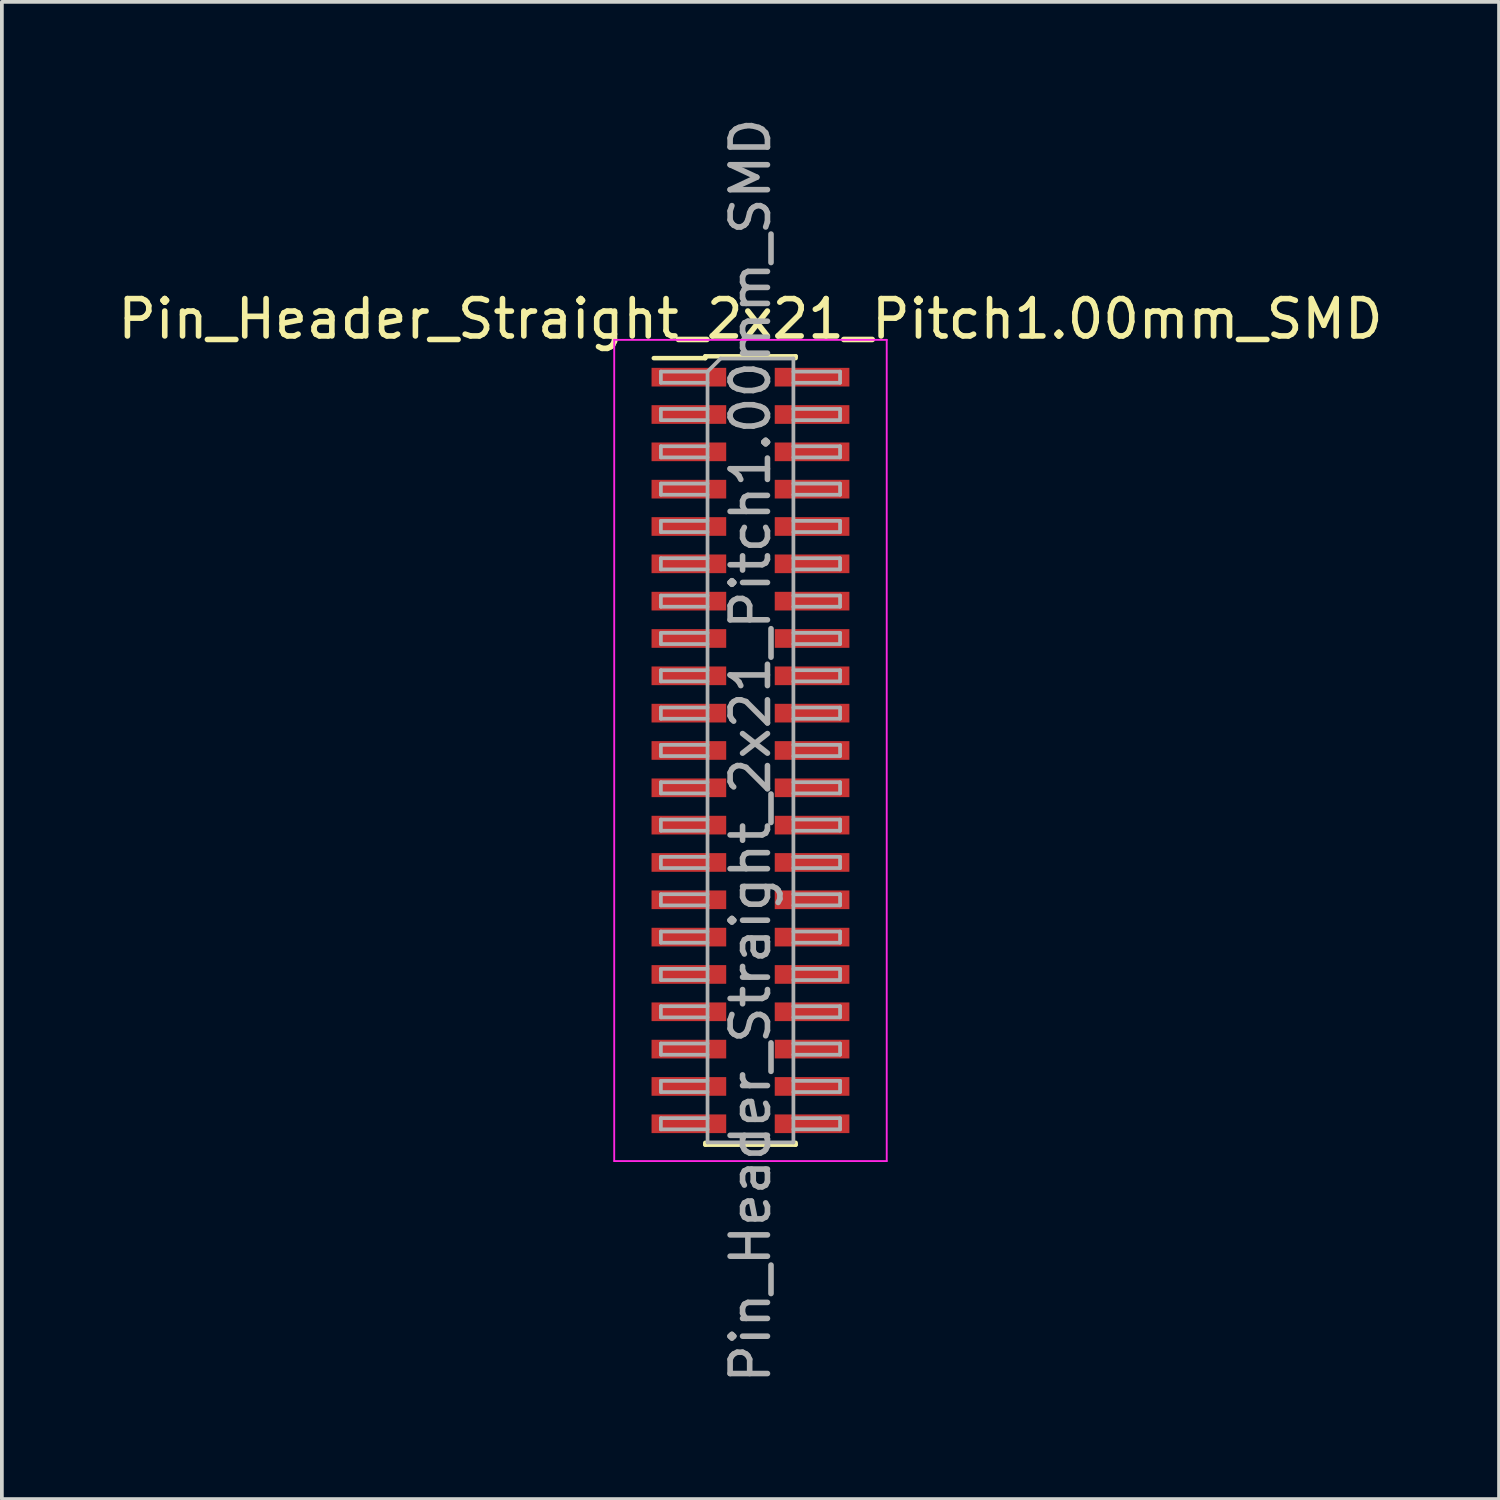
<source format=kicad_pcb>
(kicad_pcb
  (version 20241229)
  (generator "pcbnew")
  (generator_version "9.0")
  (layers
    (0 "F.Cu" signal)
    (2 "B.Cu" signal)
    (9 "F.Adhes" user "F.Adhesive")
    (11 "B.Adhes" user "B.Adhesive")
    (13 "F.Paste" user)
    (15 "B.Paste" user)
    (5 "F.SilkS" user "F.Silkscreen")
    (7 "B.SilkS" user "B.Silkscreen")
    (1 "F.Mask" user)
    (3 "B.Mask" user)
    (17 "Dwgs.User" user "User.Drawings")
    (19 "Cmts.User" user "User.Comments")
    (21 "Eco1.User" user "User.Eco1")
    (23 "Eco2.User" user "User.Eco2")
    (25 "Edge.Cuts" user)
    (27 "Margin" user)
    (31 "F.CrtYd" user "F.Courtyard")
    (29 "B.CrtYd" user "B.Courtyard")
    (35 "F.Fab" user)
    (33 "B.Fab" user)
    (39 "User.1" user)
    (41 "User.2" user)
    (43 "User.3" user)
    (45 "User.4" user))
  (footprint "Pin_Header_Straight_2x21_Pitch1.00mm_SMD"
    (layer "F.Cu")
    (at 17.054 17.054)
    (property "Reference" "Pin_Header_Straight_2x21_Pitch1.00mm_SMD" (at 0 -11.56 0) (layer "F.SilkS") (effects (font (size 1 1) (thickness 0.15))))
    (attr smd)
    (fp_line (start -2.59 -10.51) (end -1.21 -10.51) (stroke (width 0.12) (type solid)) (layer "F.SilkS"))
    (fp_line (start -1.21 -10.56) (end -1.21 -10.51) (stroke (width 0.12) (type solid)) (layer "F.SilkS"))
    (fp_line (start -1.21 -10.56) (end 1.21 -10.56) (stroke (width 0.12) (type solid)) (layer "F.SilkS"))
    (fp_line (start -1.21 10.51) (end -1.21 10.56) (stroke (width 0.12) (type solid)) (layer "F.SilkS"))
    (fp_line (start -1.21 10.56) (end 1.21 10.56) (stroke (width 0.12) (type solid)) (layer "F.SilkS"))
    (fp_line (start 1.21 -10.56) (end 1.21 -10.51) (stroke (width 0.12) (type solid)) (layer "F.SilkS"))
    (fp_line (start 1.21 10.51) (end 1.21 10.56) (stroke (width 0.12) (type solid)) (layer "F.SilkS"))
    (fp_line (start -3.65 -11) (end -3.65 11) (stroke (width 0.05) (type solid)) (layer "F.CrtYd"))
    (fp_line (start -3.65 11) (end 3.65 11) (stroke (width 0.05) (type solid)) (layer "F.CrtYd"))
    (fp_line (start 3.65 -11) (end -3.65 -11) (stroke (width 0.05) (type solid)) (layer "F.CrtYd"))
    (fp_line (start 3.65 11) (end 3.65 -11) (stroke (width 0.05) (type solid)) (layer "F.CrtYd"))
    (fp_line (start -2.4 -10.15) (end -2.4 -9.85) (stroke (width 0.1) (type solid)) (layer "F.Fab"))
    (fp_line (start -2.4 -9.85) (end -1.15 -9.85) (stroke (width 0.1) (type solid)) (layer "F.Fab"))
    (fp_line (start -2.4 -9.15) (end -2.4 -8.85) (stroke (width 0.1) (type solid)) (layer "F.Fab"))
    (fp_line (start -2.4 -8.85) (end -1.15 -8.85) (stroke (width 0.1) (type solid)) (layer "F.Fab"))
    (fp_line (start -2.4 -8.15) (end -2.4 -7.85) (stroke (width 0.1) (type solid)) (layer "F.Fab"))
    (fp_line (start -2.4 -7.85) (end -1.15 -7.85) (stroke (width 0.1) (type solid)) (layer "F.Fab"))
    (fp_line (start -2.4 -7.15) (end -2.4 -6.85) (stroke (width 0.1) (type solid)) (layer "F.Fab"))
    (fp_line (start -2.4 -6.85) (end -1.15 -6.85) (stroke (width 0.1) (type solid)) (layer "F.Fab"))
    (fp_line (start -2.4 -6.15) (end -2.4 -5.85) (stroke (width 0.1) (type solid)) (layer "F.Fab"))
    (fp_line (start -2.4 -5.85) (end -1.15 -5.85) (stroke (width 0.1) (type solid)) (layer "F.Fab"))
    (fp_line (start -2.4 -5.15) (end -2.4 -4.85) (stroke (width 0.1) (type solid)) (layer "F.Fab"))
    (fp_line (start -2.4 -4.85) (end -1.15 -4.85) (stroke (width 0.1) (type solid)) (layer "F.Fab"))
    (fp_line (start -2.4 -4.15) (end -2.4 -3.85) (stroke (width 0.1) (type solid)) (layer "F.Fab"))
    (fp_line (start -2.4 -3.85) (end -1.15 -3.85) (stroke (width 0.1) (type solid)) (layer "F.Fab"))
    (fp_line (start -2.4 -3.15) (end -2.4 -2.85) (stroke (width 0.1) (type solid)) (layer "F.Fab"))
    (fp_line (start -2.4 -2.85) (end -1.15 -2.85) (stroke (width 0.1) (type solid)) (layer "F.Fab"))
    (fp_line (start -2.4 -2.15) (end -2.4 -1.85) (stroke (width 0.1) (type solid)) (layer "F.Fab"))
    (fp_line (start -2.4 -1.85) (end -1.15 -1.85) (stroke (width 0.1) (type solid)) (layer "F.Fab"))
    (fp_line (start -2.4 -1.15) (end -2.4 -0.85) (stroke (width 0.1) (type solid)) (layer "F.Fab"))
    (fp_line (start -2.4 -0.85) (end -1.15 -0.85) (stroke (width 0.1) (type solid)) (layer "F.Fab"))
    (fp_line (start -2.4 -0.15) (end -2.4 0.15) (stroke (width 0.1) (type solid)) (layer "F.Fab"))
    (fp_line (start -2.4 0.15) (end -1.15 0.15) (stroke (width 0.1) (type solid)) (layer "F.Fab"))
    (fp_line (start -2.4 0.85) (end -2.4 1.15) (stroke (width 0.1) (type solid)) (layer "F.Fab"))
    (fp_line (start -2.4 1.15) (end -1.15 1.15) (stroke (width 0.1) (type solid)) (layer "F.Fab"))
    (fp_line (start -2.4 1.85) (end -2.4 2.15) (stroke (width 0.1) (type solid)) (layer "F.Fab"))
    (fp_line (start -2.4 2.15) (end -1.15 2.15) (stroke (width 0.1) (type solid)) (layer "F.Fab"))
    (fp_line (start -2.4 2.85) (end -2.4 3.15) (stroke (width 0.1) (type solid)) (layer "F.Fab"))
    (fp_line (start -2.4 3.15) (end -1.15 3.15) (stroke (width 0.1) (type solid)) (layer "F.Fab"))
    (fp_line (start -2.4 3.85) (end -2.4 4.15) (stroke (width 0.1) (type solid)) (layer "F.Fab"))
    (fp_line (start -2.4 4.15) (end -1.15 4.15) (stroke (width 0.1) (type solid)) (layer "F.Fab"))
    (fp_line (start -2.4 4.85) (end -2.4 5.15) (stroke (width 0.1) (type solid)) (layer "F.Fab"))
    (fp_line (start -2.4 5.15) (end -1.15 5.15) (stroke (width 0.1) (type solid)) (layer "F.Fab"))
    (fp_line (start -2.4 5.85) (end -2.4 6.15) (stroke (width 0.1) (type solid)) (layer "F.Fab"))
    (fp_line (start -2.4 6.15) (end -1.15 6.15) (stroke (width 0.1) (type solid)) (layer "F.Fab"))
    (fp_line (start -2.4 6.85) (end -2.4 7.15) (stroke (width 0.1) (type solid)) (layer "F.Fab"))
    (fp_line (start -2.4 7.15) (end -1.15 7.15) (stroke (width 0.1) (type solid)) (layer "F.Fab"))
    (fp_line (start -2.4 7.85) (end -2.4 8.15) (stroke (width 0.1) (type solid)) (layer "F.Fab"))
    (fp_line (start -2.4 8.15) (end -1.15 8.15) (stroke (width 0.1) (type solid)) (layer "F.Fab"))
    (fp_line (start -2.4 8.85) (end -2.4 9.15) (stroke (width 0.1) (type solid)) (layer "F.Fab"))
    (fp_line (start -2.4 9.15) (end -1.15 9.15) (stroke (width 0.1) (type solid)) (layer "F.Fab"))
    (fp_line (start -2.4 9.85) (end -2.4 10.15) (stroke (width 0.1) (type solid)) (layer "F.Fab"))
    (fp_line (start -2.4 10.15) (end -1.15 10.15) (stroke (width 0.1) (type solid)) (layer "F.Fab"))
    (fp_line (start -1.15 -10.15) (end -2.4 -10.15) (stroke (width 0.1) (type solid)) (layer "F.Fab"))
    (fp_line (start -1.15 -10.15) (end -0.8 -10.5) (stroke (width 0.1) (type solid)) (layer "F.Fab"))
    (fp_line (start -1.15 -9.15) (end -2.4 -9.15) (stroke (width 0.1) (type solid)) (layer "F.Fab"))
    (fp_line (start -1.15 -8.15) (end -2.4 -8.15) (stroke (width 0.1) (type solid)) (layer "F.Fab"))
    (fp_line (start -1.15 -7.15) (end -2.4 -7.15) (stroke (width 0.1) (type solid)) (layer "F.Fab"))
    (fp_line (start -1.15 -6.15) (end -2.4 -6.15) (stroke (width 0.1) (type solid)) (layer "F.Fab"))
    (fp_line (start -1.15 -5.15) (end -2.4 -5.15) (stroke (width 0.1) (type solid)) (layer "F.Fab"))
    (fp_line (start -1.15 -4.15) (end -2.4 -4.15) (stroke (width 0.1) (type solid)) (layer "F.Fab"))
    (fp_line (start -1.15 -3.15) (end -2.4 -3.15) (stroke (width 0.1) (type solid)) (layer "F.Fab"))
    (fp_line (start -1.15 -2.15) (end -2.4 -2.15) (stroke (width 0.1) (type solid)) (layer "F.Fab"))
    (fp_line (start -1.15 -1.15) (end -2.4 -1.15) (stroke (width 0.1) (type solid)) (layer "F.Fab"))
    (fp_line (start -1.15 -0.15) (end -2.4 -0.15) (stroke (width 0.1) (type solid)) (layer "F.Fab"))
    (fp_line (start -1.15 0.85) (end -2.4 0.85) (stroke (width 0.1) (type solid)) (layer "F.Fab"))
    (fp_line (start -1.15 1.85) (end -2.4 1.85) (stroke (width 0.1) (type solid)) (layer "F.Fab"))
    (fp_line (start -1.15 2.85) (end -2.4 2.85) (stroke (width 0.1) (type solid)) (layer "F.Fab"))
    (fp_line (start -1.15 3.85) (end -2.4 3.85) (stroke (width 0.1) (type solid)) (layer "F.Fab"))
    (fp_line (start -1.15 4.85) (end -2.4 4.85) (stroke (width 0.1) (type solid)) (layer "F.Fab"))
    (fp_line (start -1.15 5.85) (end -2.4 5.85) (stroke (width 0.1) (type solid)) (layer "F.Fab"))
    (fp_line (start -1.15 6.85) (end -2.4 6.85) (stroke (width 0.1) (type solid)) (layer "F.Fab"))
    (fp_line (start -1.15 7.85) (end -2.4 7.85) (stroke (width 0.1) (type solid)) (layer "F.Fab"))
    (fp_line (start -1.15 8.85) (end -2.4 8.85) (stroke (width 0.1) (type solid)) (layer "F.Fab"))
    (fp_line (start -1.15 9.85) (end -2.4 9.85) (stroke (width 0.1) (type solid)) (layer "F.Fab"))
    (fp_line (start -1.15 10.5) (end -1.15 -10.15) (stroke (width 0.1) (type solid)) (layer "F.Fab"))
    (fp_line (start -0.8 -10.5) (end 1.15 -10.5) (stroke (width 0.1) (type solid)) (layer "F.Fab"))
    (fp_line (start 1.15 -10.5) (end 1.15 10.5) (stroke (width 0.1) (type solid)) (layer "F.Fab"))
    (fp_line (start 1.15 -10.15) (end 2.4 -10.15) (stroke (width 0.1) (type solid)) (layer "F.Fab"))
    (fp_line (start 1.15 -9.15) (end 2.4 -9.15) (stroke (width 0.1) (type solid)) (layer "F.Fab"))
    (fp_line (start 1.15 -8.15) (end 2.4 -8.15) (stroke (width 0.1) (type solid)) (layer "F.Fab"))
    (fp_line (start 1.15 -7.15) (end 2.4 -7.15) (stroke (width 0.1) (type solid)) (layer "F.Fab"))
    (fp_line (start 1.15 -6.15) (end 2.4 -6.15) (stroke (width 0.1) (type solid)) (layer "F.Fab"))
    (fp_line (start 1.15 -5.15) (end 2.4 -5.15) (stroke (width 0.1) (type solid)) (layer "F.Fab"))
    (fp_line (start 1.15 -4.15) (end 2.4 -4.15) (stroke (width 0.1) (type solid)) (layer "F.Fab"))
    (fp_line (start 1.15 -3.15) (end 2.4 -3.15) (stroke (width 0.1) (type solid)) (layer "F.Fab"))
    (fp_line (start 1.15 -2.15) (end 2.4 -2.15) (stroke (width 0.1) (type solid)) (layer "F.Fab"))
    (fp_line (start 1.15 -1.15) (end 2.4 -1.15) (stroke (width 0.1) (type solid)) (layer "F.Fab"))
    (fp_line (start 1.15 -0.15) (end 2.4 -0.15) (stroke (width 0.1) (type solid)) (layer "F.Fab"))
    (fp_line (start 1.15 0.85) (end 2.4 0.85) (stroke (width 0.1) (type solid)) (layer "F.Fab"))
    (fp_line (start 1.15 1.85) (end 2.4 1.85) (stroke (width 0.1) (type solid)) (layer "F.Fab"))
    (fp_line (start 1.15 2.85) (end 2.4 2.85) (stroke (width 0.1) (type solid)) (layer "F.Fab"))
    (fp_line (start 1.15 3.85) (end 2.4 3.85) (stroke (width 0.1) (type solid)) (layer "F.Fab"))
    (fp_line (start 1.15 4.85) (end 2.4 4.85) (stroke (width 0.1) (type solid)) (layer "F.Fab"))
    (fp_line (start 1.15 5.85) (end 2.4 5.85) (stroke (width 0.1) (type solid)) (layer "F.Fab"))
    (fp_line (start 1.15 6.85) (end 2.4 6.85) (stroke (width 0.1) (type solid)) (layer "F.Fab"))
    (fp_line (start 1.15 7.85) (end 2.4 7.85) (stroke (width 0.1) (type solid)) (layer "F.Fab"))
    (fp_line (start 1.15 8.85) (end 2.4 8.85) (stroke (width 0.1) (type solid)) (layer "F.Fab"))
    (fp_line (start 1.15 9.85) (end 2.4 9.85) (stroke (width 0.1) (type solid)) (layer "F.Fab"))
    (fp_line (start 1.15 10.5) (end -1.15 10.5) (stroke (width 0.1) (type solid)) (layer "F.Fab"))
    (fp_line (start 2.4 -10.15) (end 2.4 -9.85) (stroke (width 0.1) (type solid)) (layer "F.Fab"))
    (fp_line (start 2.4 -9.85) (end 1.15 -9.85) (stroke (width 0.1) (type solid)) (layer "F.Fab"))
    (fp_line (start 2.4 -9.15) (end 2.4 -8.85) (stroke (width 0.1) (type solid)) (layer "F.Fab"))
    (fp_line (start 2.4 -8.85) (end 1.15 -8.85) (stroke (width 0.1) (type solid)) (layer "F.Fab"))
    (fp_line (start 2.4 -8.15) (end 2.4 -7.85) (stroke (width 0.1) (type solid)) (layer "F.Fab"))
    (fp_line (start 2.4 -7.85) (end 1.15 -7.85) (stroke (width 0.1) (type solid)) (layer "F.Fab"))
    (fp_line (start 2.4 -7.15) (end 2.4 -6.85) (stroke (width 0.1) (type solid)) (layer "F.Fab"))
    (fp_line (start 2.4 -6.85) (end 1.15 -6.85) (stroke (width 0.1) (type solid)) (layer "F.Fab"))
    (fp_line (start 2.4 -6.15) (end 2.4 -5.85) (stroke (width 0.1) (type solid)) (layer "F.Fab"))
    (fp_line (start 2.4 -5.85) (end 1.15 -5.85) (stroke (width 0.1) (type solid)) (layer "F.Fab"))
    (fp_line (start 2.4 -5.15) (end 2.4 -4.85) (stroke (width 0.1) (type solid)) (layer "F.Fab"))
    (fp_line (start 2.4 -4.85) (end 1.15 -4.85) (stroke (width 0.1) (type solid)) (layer "F.Fab"))
    (fp_line (start 2.4 -4.15) (end 2.4 -3.85) (stroke (width 0.1) (type solid)) (layer "F.Fab"))
    (fp_line (start 2.4 -3.85) (end 1.15 -3.85) (stroke (width 0.1) (type solid)) (layer "F.Fab"))
    (fp_line (start 2.4 -3.15) (end 2.4 -2.85) (stroke (width 0.1) (type solid)) (layer "F.Fab"))
    (fp_line (start 2.4 -2.85) (end 1.15 -2.85) (stroke (width 0.1) (type solid)) (layer "F.Fab"))
    (fp_line (start 2.4 -2.15) (end 2.4 -1.85) (stroke (width 0.1) (type solid)) (layer "F.Fab"))
    (fp_line (start 2.4 -1.85) (end 1.15 -1.85) (stroke (width 0.1) (type solid)) (layer "F.Fab"))
    (fp_line (start 2.4 -1.15) (end 2.4 -0.85) (stroke (width 0.1) (type solid)) (layer "F.Fab"))
    (fp_line (start 2.4 -0.85) (end 1.15 -0.85) (stroke (width 0.1) (type solid)) (layer "F.Fab"))
    (fp_line (start 2.4 -0.15) (end 2.4 0.15) (stroke (width 0.1) (type solid)) (layer "F.Fab"))
    (fp_line (start 2.4 0.15) (end 1.15 0.15) (stroke (width 0.1) (type solid)) (layer "F.Fab"))
    (fp_line (start 2.4 0.85) (end 2.4 1.15) (stroke (width 0.1) (type solid)) (layer "F.Fab"))
    (fp_line (start 2.4 1.15) (end 1.15 1.15) (stroke (width 0.1) (type solid)) (layer "F.Fab"))
    (fp_line (start 2.4 1.85) (end 2.4 2.15) (stroke (width 0.1) (type solid)) (layer "F.Fab"))
    (fp_line (start 2.4 2.15) (end 1.15 2.15) (stroke (width 0.1) (type solid)) (layer "F.Fab"))
    (fp_line (start 2.4 2.85) (end 2.4 3.15) (stroke (width 0.1) (type solid)) (layer "F.Fab"))
    (fp_line (start 2.4 3.15) (end 1.15 3.15) (stroke (width 0.1) (type solid)) (layer "F.Fab"))
    (fp_line (start 2.4 3.85) (end 2.4 4.15) (stroke (width 0.1) (type solid)) (layer "F.Fab"))
    (fp_line (start 2.4 4.15) (end 1.15 4.15) (stroke (width 0.1) (type solid)) (layer "F.Fab"))
    (fp_line (start 2.4 4.85) (end 2.4 5.15) (stroke (width 0.1) (type solid)) (layer "F.Fab"))
    (fp_line (start 2.4 5.15) (end 1.15 5.15) (stroke (width 0.1) (type solid)) (layer "F.Fab"))
    (fp_line (start 2.4 5.85) (end 2.4 6.15) (stroke (width 0.1) (type solid)) (layer "F.Fab"))
    (fp_line (start 2.4 6.15) (end 1.15 6.15) (stroke (width 0.1) (type solid)) (layer "F.Fab"))
    (fp_line (start 2.4 6.85) (end 2.4 7.15) (stroke (width 0.1) (type solid)) (layer "F.Fab"))
    (fp_line (start 2.4 7.15) (end 1.15 7.15) (stroke (width 0.1) (type solid)) (layer "F.Fab"))
    (fp_line (start 2.4 7.85) (end 2.4 8.15) (stroke (width 0.1) (type solid)) (layer "F.Fab"))
    (fp_line (start 2.4 8.15) (end 1.15 8.15) (stroke (width 0.1) (type solid)) (layer "F.Fab"))
    (fp_line (start 2.4 8.85) (end 2.4 9.15) (stroke (width 0.1) (type solid)) (layer "F.Fab"))
    (fp_line (start 2.4 9.15) (end 1.15 9.15) (stroke (width 0.1) (type solid)) (layer "F.Fab"))
    (fp_line (start 2.4 9.85) (end 2.4 10.15) (stroke (width 0.1) (type solid)) (layer "F.Fab"))
    (fp_line (start 2.4 10.15) (end 1.15 10.15) (stroke (width 0.1) (type solid)) (layer "F.Fab"))
    (fp_text user "${REFERENCE}" (at 0 0 90) (layer "F.Fab") (effects (font (size 1 1) (thickness 0.15))))
    (pad "1" smd rect (at -1.65 -10) (size 2 0.5) (layers "F.Cu" "F.Mask" "F.Paste"))
    (pad "2" smd rect (at 1.65 -10) (size 2 0.5) (layers "F.Cu" "F.Mask" "F.Paste"))
    (pad "3" smd rect (at -1.65 -9) (size 2 0.5) (layers "F.Cu" "F.Mask" "F.Paste"))
    (pad "4" smd rect (at 1.65 -9) (size 2 0.5) (layers "F.Cu" "F.Mask" "F.Paste"))
    (pad "5" smd rect (at -1.65 -8) (size 2 0.5) (layers "F.Cu" "F.Mask" "F.Paste"))
    (pad "6" smd rect (at 1.65 -8) (size 2 0.5) (layers "F.Cu" "F.Mask" "F.Paste"))
    (pad "7" smd rect (at -1.65 -7) (size 2 0.5) (layers "F.Cu" "F.Mask" "F.Paste"))
    (pad "8" smd rect (at 1.65 -7) (size 2 0.5) (layers "F.Cu" "F.Mask" "F.Paste"))
    (pad "9" smd rect (at -1.65 -6) (size 2 0.5) (layers "F.Cu" "F.Mask" "F.Paste"))
    (pad "10" smd rect (at 1.65 -6) (size 2 0.5) (layers "F.Cu" "F.Mask" "F.Paste"))
    (pad "11" smd rect (at -1.65 -5) (size 2 0.5) (layers "F.Cu" "F.Mask" "F.Paste"))
    (pad "12" smd rect (at 1.65 -5) (size 2 0.5) (layers "F.Cu" "F.Mask" "F.Paste"))
    (pad "13" smd rect (at -1.65 -4) (size 2 0.5) (layers "F.Cu" "F.Mask" "F.Paste"))
    (pad "14" smd rect (at 1.65 -4) (size 2 0.5) (layers "F.Cu" "F.Mask" "F.Paste"))
    (pad "15" smd rect (at -1.65 -3) (size 2 0.5) (layers "F.Cu" "F.Mask" "F.Paste"))
    (pad "16" smd rect (at 1.65 -3) (size 2 0.5) (layers "F.Cu" "F.Mask" "F.Paste"))
    (pad "17" smd rect (at -1.65 -2) (size 2 0.5) (layers "F.Cu" "F.Mask" "F.Paste"))
    (pad "18" smd rect (at 1.65 -2) (size 2 0.5) (layers "F.Cu" "F.Mask" "F.Paste"))
    (pad "19" smd rect (at -1.65 -1) (size 2 0.5) (layers "F.Cu" "F.Mask" "F.Paste"))
    (pad "20" smd rect (at 1.65 -1) (size 2 0.5) (layers "F.Cu" "F.Mask" "F.Paste"))
    (pad "21" smd rect (at -1.65 0) (size 2 0.5) (layers "F.Cu" "F.Mask" "F.Paste"))
    (pad "22" smd rect (at 1.65 0) (size 2 0.5) (layers "F.Cu" "F.Mask" "F.Paste"))
    (pad "23" smd rect (at -1.65 1) (size 2 0.5) (layers "F.Cu" "F.Mask" "F.Paste"))
    (pad "24" smd rect (at 1.65 1) (size 2 0.5) (layers "F.Cu" "F.Mask" "F.Paste"))
    (pad "25" smd rect (at -1.65 2) (size 2 0.5) (layers "F.Cu" "F.Mask" "F.Paste"))
    (pad "26" smd rect (at 1.65 2) (size 2 0.5) (layers "F.Cu" "F.Mask" "F.Paste"))
    (pad "27" smd rect (at -1.65 3) (size 2 0.5) (layers "F.Cu" "F.Mask" "F.Paste"))
    (pad "28" smd rect (at 1.65 3) (size 2 0.5) (layers "F.Cu" "F.Mask" "F.Paste"))
    (pad "29" smd rect (at -1.65 4) (size 2 0.5) (layers "F.Cu" "F.Mask" "F.Paste"))
    (pad "30" smd rect (at 1.65 4) (size 2 0.5) (layers "F.Cu" "F.Mask" "F.Paste"))
    (pad "31" smd rect (at -1.65 5) (size 2 0.5) (layers "F.Cu" "F.Mask" "F.Paste"))
    (pad "32" smd rect (at 1.65 5) (size 2 0.5) (layers "F.Cu" "F.Mask" "F.Paste"))
    (pad "33" smd rect (at -1.65 6) (size 2 0.5) (layers "F.Cu" "F.Mask" "F.Paste"))
    (pad "34" smd rect (at 1.65 6) (size 2 0.5) (layers "F.Cu" "F.Mask" "F.Paste"))
    (pad "35" smd rect (at -1.65 7) (size 2 0.5) (layers "F.Cu" "F.Mask" "F.Paste"))
    (pad "36" smd rect (at 1.65 7) (size 2 0.5) (layers "F.Cu" "F.Mask" "F.Paste"))
    (pad "37" smd rect (at -1.65 8) (size 2 0.5) (layers "F.Cu" "F.Mask" "F.Paste"))
    (pad "38" smd rect (at 1.65 8) (size 2 0.5) (layers "F.Cu" "F.Mask" "F.Paste"))
    (pad "39" smd rect (at -1.65 9) (size 2 0.5) (layers "F.Cu" "F.Mask" "F.Paste"))
    (pad "40" smd rect (at 1.65 9) (size 2 0.5) (layers "F.Cu" "F.Mask" "F.Paste"))
    (pad "41" smd rect (at -1.65 10) (size 2 0.5) (layers "F.Cu" "F.Mask" "F.Paste"))
    (pad "42" smd rect (at 1.65 10) (size 2 0.5) (layers "F.Cu" "F.Mask" "F.Paste")))
  (gr_rect
    (start -3 -3)
    (end 37.107 37.107)
    (stroke (width 0.1) (type default))
    (fill no)
    (layer "Edge.Cuts")))
</source>
